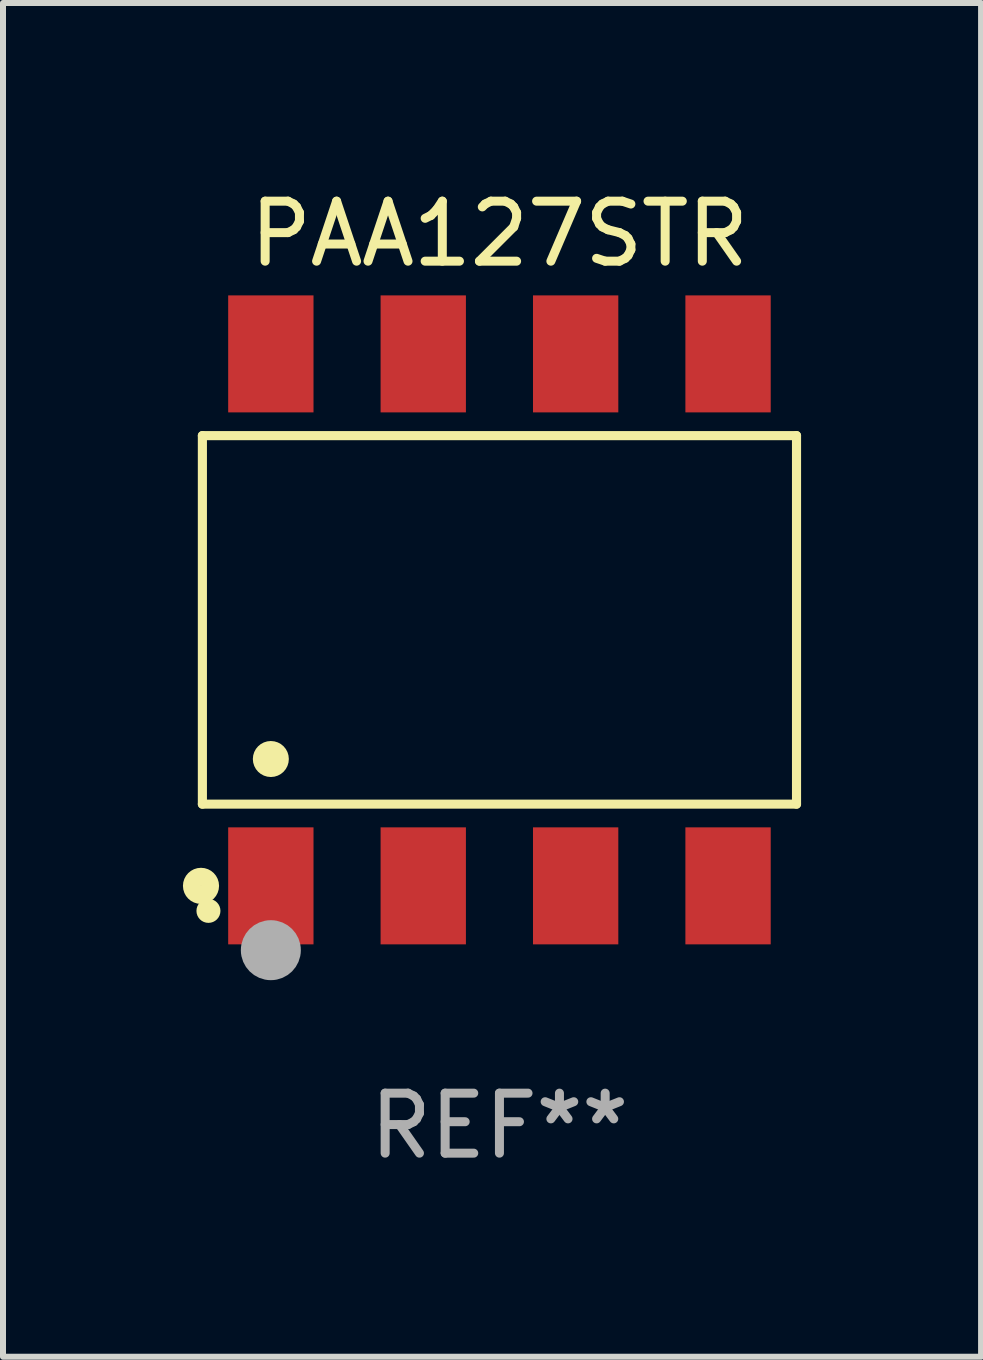
<source format=kicad_pcb>
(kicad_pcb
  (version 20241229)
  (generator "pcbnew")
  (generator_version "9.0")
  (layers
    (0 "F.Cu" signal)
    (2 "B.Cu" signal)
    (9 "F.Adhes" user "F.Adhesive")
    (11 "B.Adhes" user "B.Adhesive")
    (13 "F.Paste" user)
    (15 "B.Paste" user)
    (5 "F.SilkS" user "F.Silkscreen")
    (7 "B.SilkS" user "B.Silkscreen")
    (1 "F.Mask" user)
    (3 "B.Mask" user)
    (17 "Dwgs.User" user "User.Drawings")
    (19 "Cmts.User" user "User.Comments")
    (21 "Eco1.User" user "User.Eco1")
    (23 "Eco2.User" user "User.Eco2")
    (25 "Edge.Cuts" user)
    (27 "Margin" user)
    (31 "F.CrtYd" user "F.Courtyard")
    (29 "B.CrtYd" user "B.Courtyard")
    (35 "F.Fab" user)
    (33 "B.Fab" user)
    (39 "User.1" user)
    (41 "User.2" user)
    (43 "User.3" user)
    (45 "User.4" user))
  (footprint "PAA127STR"
    (layer "F.Cu")
    (at 5.274 7.281)
    (property "Reference" "PAA127STR" (at 0 -6.433 0) (layer "F.SilkS") (effects (font (size 1 1) (thickness 0.15))))
    (attr through_hole)
    (fp_line (start -4.951 -3.071) (end 4.951 -3.071) (stroke (width 0.152) (type solid)) (layer "F.SilkS"))
    (fp_line (start -4.951 3.071) (end -4.951 -3.071) (stroke (width 0.152) (type solid)) (layer "F.SilkS"))
    (fp_line (start 4.951 -3.071) (end 4.951 3.071) (stroke (width 0.152) (type solid)) (layer "F.SilkS"))
    (fp_line (start 4.951 3.071) (end -4.951 3.071) (stroke (width 0.152) (type solid)) (layer "F.SilkS"))
    (fp_circle (center -4.974 4.433) (end -4.823 4.433) (stroke (width 0.3) (type solid)) (fill no) (layer "F.SilkS"))
    (fp_circle (center -4.85 4.85) (end -4.75 4.85) (stroke (width 0.2) (type solid)) (fill no) (layer "F.SilkS"))
    (fp_circle (center -3.81 2.319) (end -3.66 2.319) (stroke (width 0.3) (type solid)) (fill no) (layer "F.SilkS"))
    (fp_circle (center -3.81 5.505) (end -3.56 5.505) (stroke (width 0.5) (type solid)) (fill no) (layer "F.Fab"))
    (fp_text user "REF**" (at 0 8.433 0) (layer "F.Fab") (effects (font (size 1 1) (thickness 0.15))))
    (pad "1" smd rect (at -3.81 4.433) (size 1.422 1.95) (layers "F.Cu" "F.Mask" "F.Paste"))
    (pad "2" smd rect (at -1.27 4.433) (size 1.422 1.95) (layers "F.Cu" "F.Mask" "F.Paste"))
    (pad "3" smd rect (at 1.27 4.433) (size 1.422 1.95) (layers "F.Cu" "F.Mask" "F.Paste"))
    (pad "4" smd rect (at 3.81 4.433) (size 1.422 1.95) (layers "F.Cu" "F.Mask" "F.Paste"))
    (pad "5" smd rect (at 3.81 -4.433) (size 1.422 1.95) (layers "F.Cu" "F.Mask" "F.Paste"))
    (pad "6" smd rect (at 1.27 -4.433) (size 1.422 1.95) (layers "F.Cu" "F.Mask" "F.Paste"))
    (pad "7" smd rect (at -1.27 -4.433) (size 1.422 1.95) (layers "F.Cu" "F.Mask" "F.Paste"))
    (pad "8" smd rect (at -3.81 -4.433) (size 1.422 1.95) (layers "F.Cu" "F.Mask" "F.Paste")))
  (gr_rect
    (start -3 -3)
    (end 13.301 19.562)
    (stroke (width 0.1) (type default))
    (fill no)
    (layer "Edge.Cuts")))
</source>
